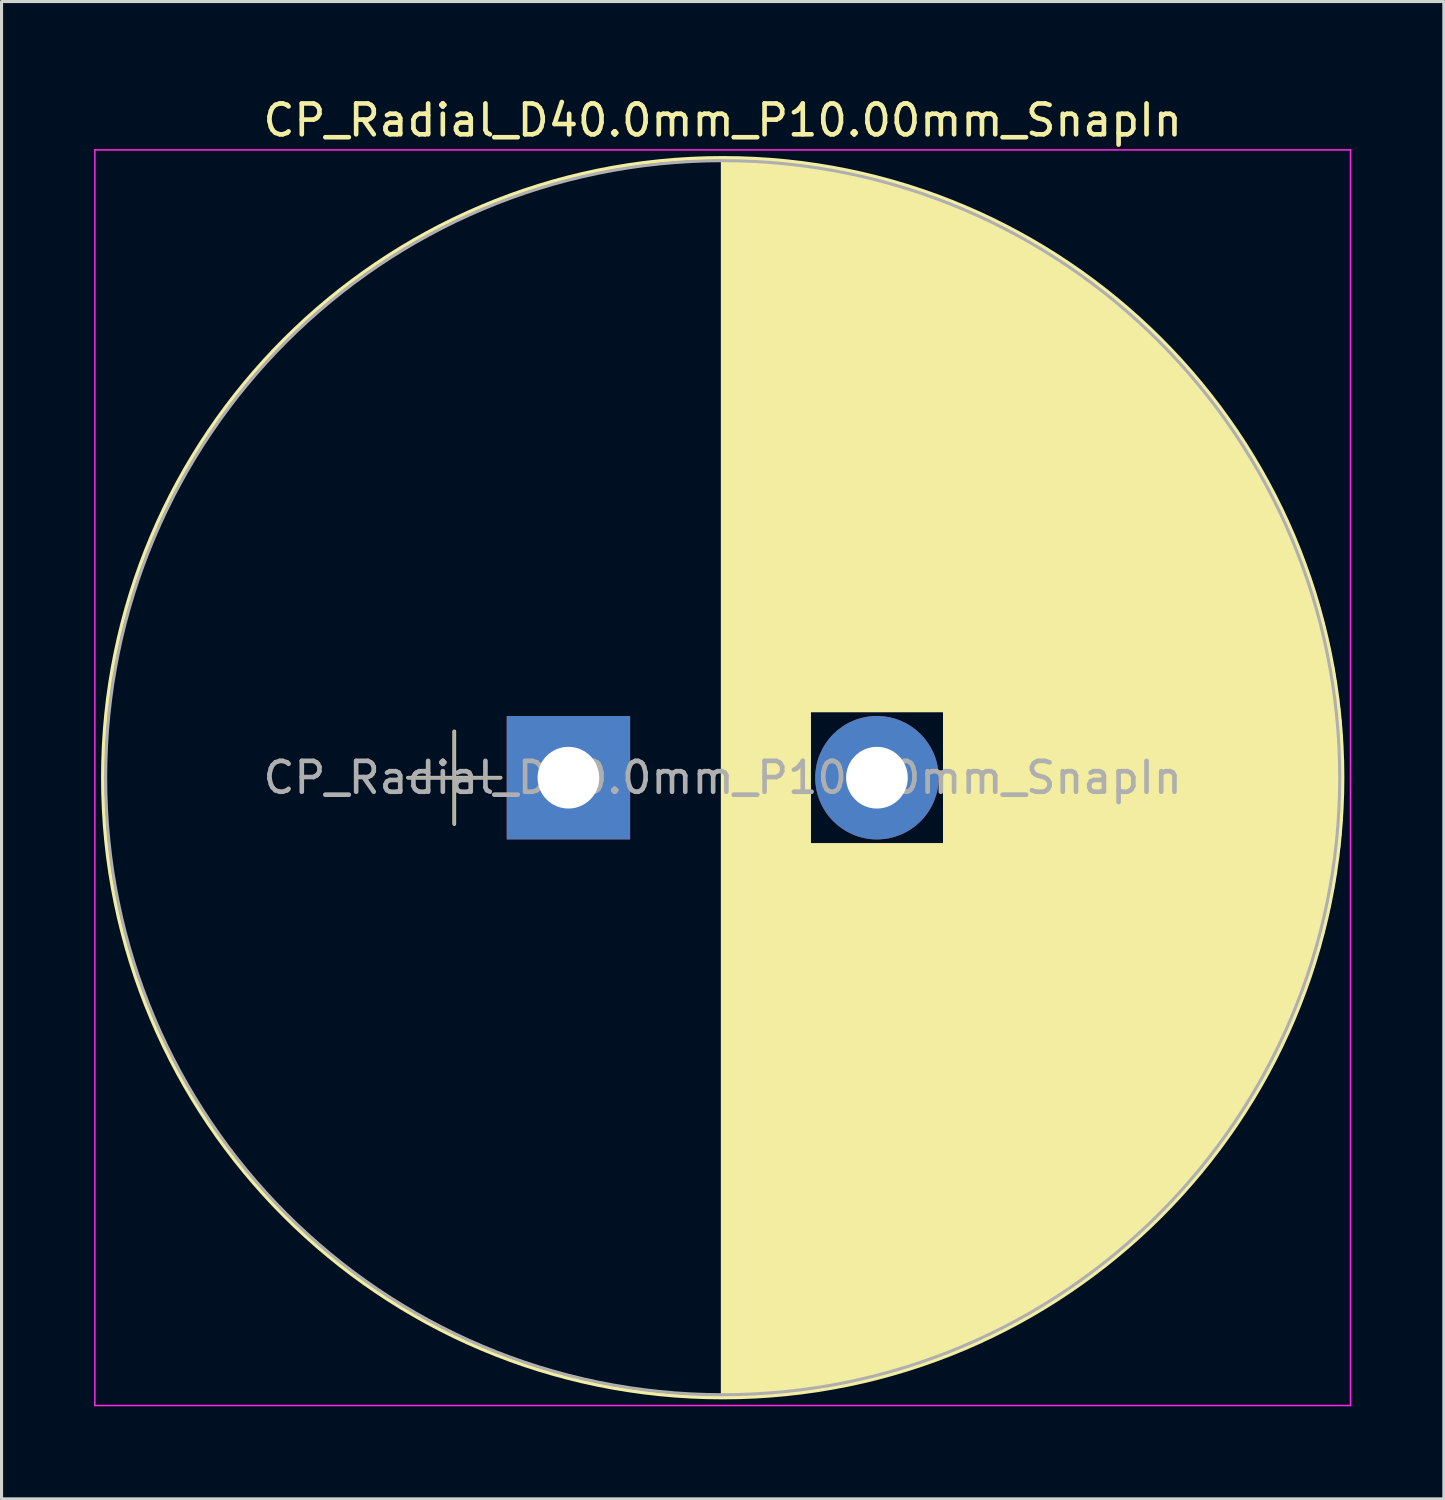
<source format=kicad_pcb>
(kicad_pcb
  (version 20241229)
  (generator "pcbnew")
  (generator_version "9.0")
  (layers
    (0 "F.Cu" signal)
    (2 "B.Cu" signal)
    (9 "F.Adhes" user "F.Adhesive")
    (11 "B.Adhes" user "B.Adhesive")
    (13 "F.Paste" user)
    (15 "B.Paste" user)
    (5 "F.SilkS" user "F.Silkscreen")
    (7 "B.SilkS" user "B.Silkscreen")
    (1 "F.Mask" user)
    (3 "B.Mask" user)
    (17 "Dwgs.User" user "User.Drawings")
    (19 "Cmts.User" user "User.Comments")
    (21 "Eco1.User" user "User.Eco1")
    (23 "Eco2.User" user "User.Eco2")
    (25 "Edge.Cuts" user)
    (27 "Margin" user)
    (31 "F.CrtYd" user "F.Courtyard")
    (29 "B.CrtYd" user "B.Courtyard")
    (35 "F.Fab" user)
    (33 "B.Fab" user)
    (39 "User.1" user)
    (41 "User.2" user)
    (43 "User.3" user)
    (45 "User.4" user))
  (footprint "CP_Radial_D40.0mm_P10.00mm_SnapIn"
    (layer "F.Cu")
    (at 15.375 22.158)
    (property "Reference" "CP_Radial_D40.0mm_P10.00mm_SnapIn" (at 5 -21.31 0) (layer "F.SilkS") (effects (font (size 1 1) (thickness 0.15))))
    (attr through_hole)
    (fp_line (start -5.2 0) (end -2.2 0) (stroke (width 0.12) (type solid)) (layer "F.SilkS"))
    (fp_line (start -3.7 -1.5) (end -3.7 1.5) (stroke (width 0.12) (type solid)) (layer "F.SilkS"))
    (fp_line (start 5 -20.05) (end 5 20.05) (stroke (width 0.12) (type solid)) (layer "F.SilkS"))
    (fp_line (start 5.04 -20.05) (end 5.04 20.05) (stroke (width 0.12) (type solid)) (layer "F.SilkS"))
    (fp_line (start 5.08 -20.05) (end 5.08 20.05) (stroke (width 0.12) (type solid)) (layer "F.SilkS"))
    (fp_line (start 5.12 -20.05) (end 5.12 20.05) (stroke (width 0.12) (type solid)) (layer "F.SilkS"))
    (fp_line (start 5.16 -20.05) (end 5.16 20.05) (stroke (width 0.12) (type solid)) (layer "F.SilkS"))
    (fp_line (start 5.2 -20.05) (end 5.2 20.05) (stroke (width 0.12) (type solid)) (layer "F.SilkS"))
    (fp_line (start 5.24 -20.049) (end 5.24 20.049) (stroke (width 0.12) (type solid)) (layer "F.SilkS"))
    (fp_line (start 5.28 -20.049) (end 5.28 20.049) (stroke (width 0.12) (type solid)) (layer "F.SilkS"))
    (fp_line (start 5.32 -20.048) (end 5.32 20.048) (stroke (width 0.12) (type solid)) (layer "F.SilkS"))
    (fp_line (start 5.36 -20.047) (end 5.36 20.047) (stroke (width 0.12) (type solid)) (layer "F.SilkS"))
    (fp_line (start 5.4 -20.047) (end 5.4 20.047) (stroke (width 0.12) (type solid)) (layer "F.SilkS"))
    (fp_line (start 5.44 -20.046) (end 5.44 20.046) (stroke (width 0.12) (type solid)) (layer "F.SilkS"))
    (fp_line (start 5.48 -20.045) (end 5.48 20.045) (stroke (width 0.12) (type solid)) (layer "F.SilkS"))
    (fp_line (start 5.52 -20.044) (end 5.52 20.044) (stroke (width 0.12) (type solid)) (layer "F.SilkS"))
    (fp_line (start 5.56 -20.043) (end 5.56 20.043) (stroke (width 0.12) (type solid)) (layer "F.SilkS"))
    (fp_line (start 5.6 -20.042) (end 5.6 20.042) (stroke (width 0.12) (type solid)) (layer "F.SilkS"))
    (fp_line (start 5.64 -20.04) (end 5.64 20.04) (stroke (width 0.12) (type solid)) (layer "F.SilkS"))
    (fp_line (start 5.68 -20.039) (end 5.68 20.039) (stroke (width 0.12) (type solid)) (layer "F.SilkS"))
    (fp_line (start 5.721 -20.038) (end 5.721 20.038) (stroke (width 0.12) (type solid)) (layer "F.SilkS"))
    (fp_line (start 5.761 -20.036) (end 5.761 20.036) (stroke (width 0.12) (type solid)) (layer "F.SilkS"))
    (fp_line (start 5.801 -20.035) (end 5.801 20.035) (stroke (width 0.12) (type solid)) (layer "F.SilkS"))
    (fp_line (start 5.841 -20.033) (end 5.841 20.033) (stroke (width 0.12) (type solid)) (layer "F.SilkS"))
    (fp_line (start 5.881 -20.031) (end 5.881 20.031) (stroke (width 0.12) (type solid)) (layer "F.SilkS"))
    (fp_line (start 5.921 -20.029) (end 5.921 20.029) (stroke (width 0.12) (type solid)) (layer "F.SilkS"))
    (fp_line (start 5.961 -20.028) (end 5.961 20.028) (stroke (width 0.12) (type solid)) (layer "F.SilkS"))
    (fp_line (start 6.001 -20.026) (end 6.001 20.026) (stroke (width 0.12) (type solid)) (layer "F.SilkS"))
    (fp_line (start 6.041 -20.024) (end 6.041 20.024) (stroke (width 0.12) (type solid)) (layer "F.SilkS"))
    (fp_line (start 6.081 -20.021) (end 6.081 20.021) (stroke (width 0.12) (type solid)) (layer "F.SilkS"))
    (fp_line (start 6.121 -20.019) (end 6.121 20.019) (stroke (width 0.12) (type solid)) (layer "F.SilkS"))
    (fp_line (start 6.161 -20.017) (end 6.161 20.017) (stroke (width 0.12) (type solid)) (layer "F.SilkS"))
    (fp_line (start 6.201 -20.015) (end 6.201 20.015) (stroke (width 0.12) (type solid)) (layer "F.SilkS"))
    (fp_line (start 6.241 -20.012) (end 6.241 20.012) (stroke (width 0.12) (type solid)) (layer "F.SilkS"))
    (fp_line (start 6.281 -20.01) (end 6.281 20.01) (stroke (width 0.12) (type solid)) (layer "F.SilkS"))
    (fp_line (start 6.321 -20.007) (end 6.321 20.007) (stroke (width 0.12) (type solid)) (layer "F.SilkS"))
    (fp_line (start 6.361 -20.004) (end 6.361 20.004) (stroke (width 0.12) (type solid)) (layer "F.SilkS"))
    (fp_line (start 6.401 -20.002) (end 6.401 20.002) (stroke (width 0.12) (type solid)) (layer "F.SilkS"))
    (fp_line (start 6.441 -19.999) (end 6.441 19.999) (stroke (width 0.12) (type solid)) (layer "F.SilkS"))
    (fp_line (start 6.481 -19.996) (end 6.481 19.996) (stroke (width 0.12) (type solid)) (layer "F.SilkS"))
    (fp_line (start 6.521 -19.993) (end 6.521 19.993) (stroke (width 0.12) (type solid)) (layer "F.SilkS"))
    (fp_line (start 6.561 -19.99) (end 6.561 19.99) (stroke (width 0.12) (type solid)) (layer "F.SilkS"))
    (fp_line (start 6.601 -19.987) (end 6.601 19.987) (stroke (width 0.12) (type solid)) (layer "F.SilkS"))
    (fp_line (start 6.641 -19.983) (end 6.641 19.983) (stroke (width 0.12) (type solid)) (layer "F.SilkS"))
    (fp_line (start 6.681 -19.98) (end 6.681 19.98) (stroke (width 0.12) (type solid)) (layer "F.SilkS"))
    (fp_line (start 6.721 -19.977) (end 6.721 19.977) (stroke (width 0.12) (type solid)) (layer "F.SilkS"))
    (fp_line (start 6.761 -19.973) (end 6.761 19.973) (stroke (width 0.12) (type solid)) (layer "F.SilkS"))
    (fp_line (start 6.801 -19.97) (end 6.801 19.97) (stroke (width 0.12) (type solid)) (layer "F.SilkS"))
    (fp_line (start 6.841 -19.966) (end 6.841 19.966) (stroke (width 0.12) (type solid)) (layer "F.SilkS"))
    (fp_line (start 6.881 -19.962) (end 6.881 19.962) (stroke (width 0.12) (type solid)) (layer "F.SilkS"))
    (fp_line (start 6.921 -19.959) (end 6.921 19.959) (stroke (width 0.12) (type solid)) (layer "F.SilkS"))
    (fp_line (start 6.961 -19.955) (end 6.961 19.955) (stroke (width 0.12) (type solid)) (layer "F.SilkS"))
    (fp_line (start 7.001 -19.951) (end 7.001 19.951) (stroke (width 0.12) (type solid)) (layer "F.SilkS"))
    (fp_line (start 7.041 -19.947) (end 7.041 19.947) (stroke (width 0.12) (type solid)) (layer "F.SilkS"))
    (fp_line (start 7.081 -19.943) (end 7.081 19.943) (stroke (width 0.12) (type solid)) (layer "F.SilkS"))
    (fp_line (start 7.121 -19.938) (end 7.121 19.938) (stroke (width 0.12) (type solid)) (layer "F.SilkS"))
    (fp_line (start 7.161 -19.934) (end 7.161 19.934) (stroke (width 0.12) (type solid)) (layer "F.SilkS"))
    (fp_line (start 7.201 -19.93) (end 7.201 19.93) (stroke (width 0.12) (type solid)) (layer "F.SilkS"))
    (fp_line (start 7.241 -19.925) (end 7.241 19.925) (stroke (width 0.12) (type solid)) (layer "F.SilkS"))
    (fp_line (start 7.281 -19.921) (end 7.281 19.921) (stroke (width 0.12) (type solid)) (layer "F.SilkS"))
    (fp_line (start 7.321 -19.916) (end 7.321 19.916) (stroke (width 0.12) (type solid)) (layer "F.SilkS"))
    (fp_line (start 7.361 -19.911) (end 7.361 19.911) (stroke (width 0.12) (type solid)) (layer "F.SilkS"))
    (fp_line (start 7.401 -19.907) (end 7.401 19.907) (stroke (width 0.12) (type solid)) (layer "F.SilkS"))
    (fp_line (start 7.441 -19.902) (end 7.441 19.902) (stroke (width 0.12) (type solid)) (layer "F.SilkS"))
    (fp_line (start 7.481 -19.897) (end 7.481 19.897) (stroke (width 0.12) (type solid)) (layer "F.SilkS"))
    (fp_line (start 7.521 -19.892) (end 7.521 19.892) (stroke (width 0.12) (type solid)) (layer "F.SilkS"))
    (fp_line (start 7.561 -19.887) (end 7.561 19.887) (stroke (width 0.12) (type solid)) (layer "F.SilkS"))
    (fp_line (start 7.601 -19.882) (end 7.601 19.882) (stroke (width 0.12) (type solid)) (layer "F.SilkS"))
    (fp_line (start 7.641 -19.876) (end 7.641 19.876) (stroke (width 0.12) (type solid)) (layer "F.SilkS"))
    (fp_line (start 7.681 -19.871) (end 7.681 19.871) (stroke (width 0.12) (type solid)) (layer "F.SilkS"))
    (fp_line (start 7.721 -19.866) (end 7.721 19.866) (stroke (width 0.12) (type solid)) (layer "F.SilkS"))
    (fp_line (start 7.761 -19.86) (end 7.761 19.86) (stroke (width 0.12) (type solid)) (layer "F.SilkS"))
    (fp_line (start 7.801 -19.854) (end 7.801 19.854) (stroke (width 0.12) (type solid)) (layer "F.SilkS"))
    (fp_line (start 7.841 -19.849) (end 7.841 -2.18) (stroke (width 0.12) (type solid)) (layer "F.SilkS"))
    (fp_line (start 7.841 2.18) (end 7.841 19.849) (stroke (width 0.12) (type solid)) (layer "F.SilkS"))
    (fp_line (start 7.881 -19.843) (end 7.881 -2.18) (stroke (width 0.12) (type solid)) (layer "F.SilkS"))
    (fp_line (start 7.881 2.18) (end 7.881 19.843) (stroke (width 0.12) (type solid)) (layer "F.SilkS"))
    (fp_line (start 7.921 -19.837) (end 7.921 -2.18) (stroke (width 0.12) (type solid)) (layer "F.SilkS"))
    (fp_line (start 7.921 2.18) (end 7.921 19.837) (stroke (width 0.12) (type solid)) (layer "F.SilkS"))
    (fp_line (start 7.961 -19.831) (end 7.961 -2.18) (stroke (width 0.12) (type solid)) (layer "F.SilkS"))
    (fp_line (start 7.961 2.18) (end 7.961 19.831) (stroke (width 0.12) (type solid)) (layer "F.SilkS"))
    (fp_line (start 8.001 -19.825) (end 8.001 -2.18) (stroke (width 0.12) (type solid)) (layer "F.SilkS"))
    (fp_line (start 8.001 2.18) (end 8.001 19.825) (stroke (width 0.12) (type solid)) (layer "F.SilkS"))
    (fp_line (start 8.041 -19.819) (end 8.041 -2.18) (stroke (width 0.12) (type solid)) (layer "F.SilkS"))
    (fp_line (start 8.041 2.18) (end 8.041 19.819) (stroke (width 0.12) (type solid)) (layer "F.SilkS"))
    (fp_line (start 8.081 -19.813) (end 8.081 -2.18) (stroke (width 0.12) (type solid)) (layer "F.SilkS"))
    (fp_line (start 8.081 2.18) (end 8.081 19.813) (stroke (width 0.12) (type solid)) (layer "F.SilkS"))
    (fp_line (start 8.121 -19.807) (end 8.121 -2.18) (stroke (width 0.12) (type solid)) (layer "F.SilkS"))
    (fp_line (start 8.121 2.18) (end 8.121 19.807) (stroke (width 0.12) (type solid)) (layer "F.SilkS"))
    (fp_line (start 8.161 -19.8) (end 8.161 -2.18) (stroke (width 0.12) (type solid)) (layer "F.SilkS"))
    (fp_line (start 8.161 2.18) (end 8.161 19.8) (stroke (width 0.12) (type solid)) (layer "F.SilkS"))
    (fp_line (start 8.201 -19.794) (end 8.201 -2.18) (stroke (width 0.12) (type solid)) (layer "F.SilkS"))
    (fp_line (start 8.201 2.18) (end 8.201 19.794) (stroke (width 0.12) (type solid)) (layer "F.SilkS"))
    (fp_line (start 8.241 -19.788) (end 8.241 -2.18) (stroke (width 0.12) (type solid)) (layer "F.SilkS"))
    (fp_line (start 8.241 2.18) (end 8.241 19.788) (stroke (width 0.12) (type solid)) (layer "F.SilkS"))
    (fp_line (start 8.281 -19.781) (end 8.281 -2.18) (stroke (width 0.12) (type solid)) (layer "F.SilkS"))
    (fp_line (start 8.281 2.18) (end 8.281 19.781) (stroke (width 0.12) (type solid)) (layer "F.SilkS"))
    (fp_line (start 8.321 -19.774) (end 8.321 -2.18) (stroke (width 0.12) (type solid)) (layer "F.SilkS"))
    (fp_line (start 8.321 2.18) (end 8.321 19.774) (stroke (width 0.12) (type solid)) (layer "F.SilkS"))
    (fp_line (start 8.361 -19.768) (end 8.361 -2.18) (stroke (width 0.12) (type solid)) (layer "F.SilkS"))
    (fp_line (start 8.361 2.18) (end 8.361 19.768) (stroke (width 0.12) (type solid)) (layer "F.SilkS"))
    (fp_line (start 8.401 -19.761) (end 8.401 -2.18) (stroke (width 0.12) (type solid)) (layer "F.SilkS"))
    (fp_line (start 8.401 2.18) (end 8.401 19.761) (stroke (width 0.12) (type solid)) (layer "F.SilkS"))
    (fp_line (start 8.441 -19.754) (end 8.441 -2.18) (stroke (width 0.12) (type solid)) (layer "F.SilkS"))
    (fp_line (start 8.441 2.18) (end 8.441 19.754) (stroke (width 0.12) (type solid)) (layer "F.SilkS"))
    (fp_line (start 8.481 -19.747) (end 8.481 -2.18) (stroke (width 0.12) (type solid)) (layer "F.SilkS"))
    (fp_line (start 8.481 2.18) (end 8.481 19.747) (stroke (width 0.12) (type solid)) (layer "F.SilkS"))
    (fp_line (start 8.521 -19.74) (end 8.521 -2.18) (stroke (width 0.12) (type solid)) (layer "F.SilkS"))
    (fp_line (start 8.521 2.18) (end 8.521 19.74) (stroke (width 0.12) (type solid)) (layer "F.SilkS"))
    (fp_line (start 8.561 -19.733) (end 8.561 -2.18) (stroke (width 0.12) (type solid)) (layer "F.SilkS"))
    (fp_line (start 8.561 2.18) (end 8.561 19.733) (stroke (width 0.12) (type solid)) (layer "F.SilkS"))
    (fp_line (start 8.601 -19.725) (end 8.601 -2.18) (stroke (width 0.12) (type solid)) (layer "F.SilkS"))
    (fp_line (start 8.601 2.18) (end 8.601 19.725) (stroke (width 0.12) (type solid)) (layer "F.SilkS"))
    (fp_line (start 8.641 -19.718) (end 8.641 -2.18) (stroke (width 0.12) (type solid)) (layer "F.SilkS"))
    (fp_line (start 8.641 2.18) (end 8.641 19.718) (stroke (width 0.12) (type solid)) (layer "F.SilkS"))
    (fp_line (start 8.681 -19.711) (end 8.681 -2.18) (stroke (width 0.12) (type solid)) (layer "F.SilkS"))
    (fp_line (start 8.681 2.18) (end 8.681 19.711) (stroke (width 0.12) (type solid)) (layer "F.SilkS"))
    (fp_line (start 8.721 -19.703) (end 8.721 -2.18) (stroke (width 0.12) (type solid)) (layer "F.SilkS"))
    (fp_line (start 8.721 2.18) (end 8.721 19.703) (stroke (width 0.12) (type solid)) (layer "F.SilkS"))
    (fp_line (start 8.761 -19.696) (end 8.761 -2.18) (stroke (width 0.12) (type solid)) (layer "F.SilkS"))
    (fp_line (start 8.761 2.18) (end 8.761 19.696) (stroke (width 0.12) (type solid)) (layer "F.SilkS"))
    (fp_line (start 8.801 -19.688) (end 8.801 -2.18) (stroke (width 0.12) (type solid)) (layer "F.SilkS"))
    (fp_line (start 8.801 2.18) (end 8.801 19.688) (stroke (width 0.12) (type solid)) (layer "F.SilkS"))
    (fp_line (start 8.841 -19.68) (end 8.841 -2.18) (stroke (width 0.12) (type solid)) (layer "F.SilkS"))
    (fp_line (start 8.841 2.18) (end 8.841 19.68) (stroke (width 0.12) (type solid)) (layer "F.SilkS"))
    (fp_line (start 8.881 -19.672) (end 8.881 -2.18) (stroke (width 0.12) (type solid)) (layer "F.SilkS"))
    (fp_line (start 8.881 2.18) (end 8.881 19.672) (stroke (width 0.12) (type solid)) (layer "F.SilkS"))
    (fp_line (start 8.921 -19.664) (end 8.921 -2.18) (stroke (width 0.12) (type solid)) (layer "F.SilkS"))
    (fp_line (start 8.921 2.18) (end 8.921 19.664) (stroke (width 0.12) (type solid)) (layer "F.SilkS"))
    (fp_line (start 8.961 -19.656) (end 8.961 -2.18) (stroke (width 0.12) (type solid)) (layer "F.SilkS"))
    (fp_line (start 8.961 2.18) (end 8.961 19.656) (stroke (width 0.12) (type solid)) (layer "F.SilkS"))
    (fp_line (start 9.001 -19.648) (end 9.001 -2.18) (stroke (width 0.12) (type solid)) (layer "F.SilkS"))
    (fp_line (start 9.001 2.18) (end 9.001 19.648) (stroke (width 0.12) (type solid)) (layer "F.SilkS"))
    (fp_line (start 9.041 -19.64) (end 9.041 -2.18) (stroke (width 0.12) (type solid)) (layer "F.SilkS"))
    (fp_line (start 9.041 2.18) (end 9.041 19.64) (stroke (width 0.12) (type solid)) (layer "F.SilkS"))
    (fp_line (start 9.081 -19.632) (end 9.081 -2.18) (stroke (width 0.12) (type solid)) (layer "F.SilkS"))
    (fp_line (start 9.081 2.18) (end 9.081 19.632) (stroke (width 0.12) (type solid)) (layer "F.SilkS"))
    (fp_line (start 9.121 -19.624) (end 9.121 -2.18) (stroke (width 0.12) (type solid)) (layer "F.SilkS"))
    (fp_line (start 9.121 2.18) (end 9.121 19.624) (stroke (width 0.12) (type solid)) (layer "F.SilkS"))
    (fp_line (start 9.161 -19.615) (end 9.161 -2.18) (stroke (width 0.12) (type solid)) (layer "F.SilkS"))
    (fp_line (start 9.161 2.18) (end 9.161 19.615) (stroke (width 0.12) (type solid)) (layer "F.SilkS"))
    (fp_line (start 9.201 -19.607) (end 9.201 -2.18) (stroke (width 0.12) (type solid)) (layer "F.SilkS"))
    (fp_line (start 9.201 2.18) (end 9.201 19.607) (stroke (width 0.12) (type solid)) (layer "F.SilkS"))
    (fp_line (start 9.241 -19.598) (end 9.241 -2.18) (stroke (width 0.12) (type solid)) (layer "F.SilkS"))
    (fp_line (start 9.241 2.18) (end 9.241 19.598) (stroke (width 0.12) (type solid)) (layer "F.SilkS"))
    (fp_line (start 9.281 -19.589) (end 9.281 -2.18) (stroke (width 0.12) (type solid)) (layer "F.SilkS"))
    (fp_line (start 9.281 2.18) (end 9.281 19.589) (stroke (width 0.12) (type solid)) (layer "F.SilkS"))
    (fp_line (start 9.321 -19.581) (end 9.321 -2.18) (stroke (width 0.12) (type solid)) (layer "F.SilkS"))
    (fp_line (start 9.321 2.18) (end 9.321 19.581) (stroke (width 0.12) (type solid)) (layer "F.SilkS"))
    (fp_line (start 9.361 -19.572) (end 9.361 -2.18) (stroke (width 0.12) (type solid)) (layer "F.SilkS"))
    (fp_line (start 9.361 2.18) (end 9.361 19.572) (stroke (width 0.12) (type solid)) (layer "F.SilkS"))
    (fp_line (start 9.401 -19.563) (end 9.401 -2.18) (stroke (width 0.12) (type solid)) (layer "F.SilkS"))
    (fp_line (start 9.401 2.18) (end 9.401 19.563) (stroke (width 0.12) (type solid)) (layer "F.SilkS"))
    (fp_line (start 9.441 -19.554) (end 9.441 -2.18) (stroke (width 0.12) (type solid)) (layer "F.SilkS"))
    (fp_line (start 9.441 2.18) (end 9.441 19.554) (stroke (width 0.12) (type solid)) (layer "F.SilkS"))
    (fp_line (start 9.481 -19.545) (end 9.481 -2.18) (stroke (width 0.12) (type solid)) (layer "F.SilkS"))
    (fp_line (start 9.481 2.18) (end 9.481 19.545) (stroke (width 0.12) (type solid)) (layer "F.SilkS"))
    (fp_line (start 9.521 -19.535) (end 9.521 -2.18) (stroke (width 0.12) (type solid)) (layer "F.SilkS"))
    (fp_line (start 9.521 2.18) (end 9.521 19.535) (stroke (width 0.12) (type solid)) (layer "F.SilkS"))
    (fp_line (start 9.561 -19.526) (end 9.561 -2.18) (stroke (width 0.12) (type solid)) (layer "F.SilkS"))
    (fp_line (start 9.561 2.18) (end 9.561 19.526) (stroke (width 0.12) (type solid)) (layer "F.SilkS"))
    (fp_line (start 9.601 -19.517) (end 9.601 -2.18) (stroke (width 0.12) (type solid)) (layer "F.SilkS"))
    (fp_line (start 9.601 2.18) (end 9.601 19.517) (stroke (width 0.12) (type solid)) (layer "F.SilkS"))
    (fp_line (start 9.641 -19.507) (end 9.641 -2.18) (stroke (width 0.12) (type solid)) (layer "F.SilkS"))
    (fp_line (start 9.641 2.18) (end 9.641 19.507) (stroke (width 0.12) (type solid)) (layer "F.SilkS"))
    (fp_line (start 9.681 -19.498) (end 9.681 -2.18) (stroke (width 0.12) (type solid)) (layer "F.SilkS"))
    (fp_line (start 9.681 2.18) (end 9.681 19.498) (stroke (width 0.12) (type solid)) (layer "F.SilkS"))
    (fp_line (start 9.721 -19.488) (end 9.721 -2.18) (stroke (width 0.12) (type solid)) (layer "F.SilkS"))
    (fp_line (start 9.721 2.18) (end 9.721 19.488) (stroke (width 0.12) (type solid)) (layer "F.SilkS"))
    (fp_line (start 9.761 -19.478) (end 9.761 -2.18) (stroke (width 0.12) (type solid)) (layer "F.SilkS"))
    (fp_line (start 9.761 2.18) (end 9.761 19.478) (stroke (width 0.12) (type solid)) (layer "F.SilkS"))
    (fp_line (start 9.801 -19.469) (end 9.801 -2.18) (stroke (width 0.12) (type solid)) (layer "F.SilkS"))
    (fp_line (start 9.801 2.18) (end 9.801 19.469) (stroke (width 0.12) (type solid)) (layer "F.SilkS"))
    (fp_line (start 9.841 -19.459) (end 9.841 -2.18) (stroke (width 0.12) (type solid)) (layer "F.SilkS"))
    (fp_line (start 9.841 2.18) (end 9.841 19.459) (stroke (width 0.12) (type solid)) (layer "F.SilkS"))
    (fp_line (start 9.881 -19.449) (end 9.881 -2.18) (stroke (width 0.12) (type solid)) (layer "F.SilkS"))
    (fp_line (start 9.881 2.18) (end 9.881 19.449) (stroke (width 0.12) (type solid)) (layer "F.SilkS"))
    (fp_line (start 9.921 -19.439) (end 9.921 -2.18) (stroke (width 0.12) (type solid)) (layer "F.SilkS"))
    (fp_line (start 9.921 2.18) (end 9.921 19.439) (stroke (width 0.12) (type solid)) (layer "F.SilkS"))
    (fp_line (start 9.961 -19.429) (end 9.961 -2.18) (stroke (width 0.12) (type solid)) (layer "F.SilkS"))
    (fp_line (start 9.961 2.18) (end 9.961 19.429) (stroke (width 0.12) (type solid)) (layer "F.SilkS"))
    (fp_line (start 10.001 -19.418) (end 10.001 -2.18) (stroke (width 0.12) (type solid)) (layer "F.SilkS"))
    (fp_line (start 10.001 2.18) (end 10.001 19.418) (stroke (width 0.12) (type solid)) (layer "F.SilkS"))
    (fp_line (start 10.041 -19.408) (end 10.041 -2.18) (stroke (width 0.12) (type solid)) (layer "F.SilkS"))
    (fp_line (start 10.041 2.18) (end 10.041 19.408) (stroke (width 0.12) (type solid)) (layer "F.SilkS"))
    (fp_line (start 10.081 -19.398) (end 10.081 -2.18) (stroke (width 0.12) (type solid)) (layer "F.SilkS"))
    (fp_line (start 10.081 2.18) (end 10.081 19.398) (stroke (width 0.12) (type solid)) (layer "F.SilkS"))
    (fp_line (start 10.121 -19.387) (end 10.121 -2.18) (stroke (width 0.12) (type solid)) (layer "F.SilkS"))
    (fp_line (start 10.121 2.18) (end 10.121 19.387) (stroke (width 0.12) (type solid)) (layer "F.SilkS"))
    (fp_line (start 10.161 -19.377) (end 10.161 -2.18) (stroke (width 0.12) (type solid)) (layer "F.SilkS"))
    (fp_line (start 10.161 2.18) (end 10.161 19.377) (stroke (width 0.12) (type solid)) (layer "F.SilkS"))
    (fp_line (start 10.201 -19.366) (end 10.201 -2.18) (stroke (width 0.12) (type solid)) (layer "F.SilkS"))
    (fp_line (start 10.201 2.18) (end 10.201 19.366) (stroke (width 0.12) (type solid)) (layer "F.SilkS"))
    (fp_line (start 10.241 -19.355) (end 10.241 -2.18) (stroke (width 0.12) (type solid)) (layer "F.SilkS"))
    (fp_line (start 10.241 2.18) (end 10.241 19.355) (stroke (width 0.12) (type solid)) (layer "F.SilkS"))
    (fp_line (start 10.281 -19.344) (end 10.281 -2.18) (stroke (width 0.12) (type solid)) (layer "F.SilkS"))
    (fp_line (start 10.281 2.18) (end 10.281 19.344) (stroke (width 0.12) (type solid)) (layer "F.SilkS"))
    (fp_line (start 10.321 -19.333) (end 10.321 -2.18) (stroke (width 0.12) (type solid)) (layer "F.SilkS"))
    (fp_line (start 10.321 2.18) (end 10.321 19.333) (stroke (width 0.12) (type solid)) (layer "F.SilkS"))
    (fp_line (start 10.361 -19.322) (end 10.361 -2.18) (stroke (width 0.12) (type solid)) (layer "F.SilkS"))
    (fp_line (start 10.361 2.18) (end 10.361 19.322) (stroke (width 0.12) (type solid)) (layer "F.SilkS"))
    (fp_line (start 10.401 -19.311) (end 10.401 -2.18) (stroke (width 0.12) (type solid)) (layer "F.SilkS"))
    (fp_line (start 10.401 2.18) (end 10.401 19.311) (stroke (width 0.12) (type solid)) (layer "F.SilkS"))
    (fp_line (start 10.441 -19.3) (end 10.441 -2.18) (stroke (width 0.12) (type solid)) (layer "F.SilkS"))
    (fp_line (start 10.441 2.18) (end 10.441 19.3) (stroke (width 0.12) (type solid)) (layer "F.SilkS"))
    (fp_line (start 10.481 -19.289) (end 10.481 -2.18) (stroke (width 0.12) (type solid)) (layer "F.SilkS"))
    (fp_line (start 10.481 2.18) (end 10.481 19.289) (stroke (width 0.12) (type solid)) (layer "F.SilkS"))
    (fp_line (start 10.521 -19.277) (end 10.521 -2.18) (stroke (width 0.12) (type solid)) (layer "F.SilkS"))
    (fp_line (start 10.521 2.18) (end 10.521 19.277) (stroke (width 0.12) (type solid)) (layer "F.SilkS"))
    (fp_line (start 10.561 -19.266) (end 10.561 -2.18) (stroke (width 0.12) (type solid)) (layer "F.SilkS"))
    (fp_line (start 10.561 2.18) (end 10.561 19.266) (stroke (width 0.12) (type solid)) (layer "F.SilkS"))
    (fp_line (start 10.601 -19.254) (end 10.601 -2.18) (stroke (width 0.12) (type solid)) (layer "F.SilkS"))
    (fp_line (start 10.601 2.18) (end 10.601 19.254) (stroke (width 0.12) (type solid)) (layer "F.SilkS"))
    (fp_line (start 10.641 -19.243) (end 10.641 -2.18) (stroke (width 0.12) (type solid)) (layer "F.SilkS"))
    (fp_line (start 10.641 2.18) (end 10.641 19.243) (stroke (width 0.12) (type solid)) (layer "F.SilkS"))
    (fp_line (start 10.681 -19.231) (end 10.681 -2.18) (stroke (width 0.12) (type solid)) (layer "F.SilkS"))
    (fp_line (start 10.681 2.18) (end 10.681 19.231) (stroke (width 0.12) (type solid)) (layer "F.SilkS"))
    (fp_line (start 10.721 -19.219) (end 10.721 -2.18) (stroke (width 0.12) (type solid)) (layer "F.SilkS"))
    (fp_line (start 10.721 2.18) (end 10.721 19.219) (stroke (width 0.12) (type solid)) (layer "F.SilkS"))
    (fp_line (start 10.761 -19.207) (end 10.761 -2.18) (stroke (width 0.12) (type solid)) (layer "F.SilkS"))
    (fp_line (start 10.761 2.18) (end 10.761 19.207) (stroke (width 0.12) (type solid)) (layer "F.SilkS"))
    (fp_line (start 10.801 -19.195) (end 10.801 -2.18) (stroke (width 0.12) (type solid)) (layer "F.SilkS"))
    (fp_line (start 10.801 2.18) (end 10.801 19.195) (stroke (width 0.12) (type solid)) (layer "F.SilkS"))
    (fp_line (start 10.841 -19.183) (end 10.841 -2.18) (stroke (width 0.12) (type solid)) (layer "F.SilkS"))
    (fp_line (start 10.841 2.18) (end 10.841 19.183) (stroke (width 0.12) (type solid)) (layer "F.SilkS"))
    (fp_line (start 10.881 -19.171) (end 10.881 -2.18) (stroke (width 0.12) (type solid)) (layer "F.SilkS"))
    (fp_line (start 10.881 2.18) (end 10.881 19.171) (stroke (width 0.12) (type solid)) (layer "F.SilkS"))
    (fp_line (start 10.921 -19.158) (end 10.921 -2.18) (stroke (width 0.12) (type solid)) (layer "F.SilkS"))
    (fp_line (start 10.921 2.18) (end 10.921 19.158) (stroke (width 0.12) (type solid)) (layer "F.SilkS"))
    (fp_line (start 10.961 -19.146) (end 10.961 -2.18) (stroke (width 0.12) (type solid)) (layer "F.SilkS"))
    (fp_line (start 10.961 2.18) (end 10.961 19.146) (stroke (width 0.12) (type solid)) (layer "F.SilkS"))
    (fp_line (start 11.001 -19.134) (end 11.001 -2.18) (stroke (width 0.12) (type solid)) (layer "F.SilkS"))
    (fp_line (start 11.001 2.18) (end 11.001 19.134) (stroke (width 0.12) (type solid)) (layer "F.SilkS"))
    (fp_line (start 11.041 -19.121) (end 11.041 -2.18) (stroke (width 0.12) (type solid)) (layer "F.SilkS"))
    (fp_line (start 11.041 2.18) (end 11.041 19.121) (stroke (width 0.12) (type solid)) (layer "F.SilkS"))
    (fp_line (start 11.081 -19.108) (end 11.081 -2.18) (stroke (width 0.12) (type solid)) (layer "F.SilkS"))
    (fp_line (start 11.081 2.18) (end 11.081 19.108) (stroke (width 0.12) (type solid)) (layer "F.SilkS"))
    (fp_line (start 11.121 -19.096) (end 11.121 -2.18) (stroke (width 0.12) (type solid)) (layer "F.SilkS"))
    (fp_line (start 11.121 2.18) (end 11.121 19.096) (stroke (width 0.12) (type solid)) (layer "F.SilkS"))
    (fp_line (start 11.161 -19.083) (end 11.161 -2.18) (stroke (width 0.12) (type solid)) (layer "F.SilkS"))
    (fp_line (start 11.161 2.18) (end 11.161 19.083) (stroke (width 0.12) (type solid)) (layer "F.SilkS"))
    (fp_line (start 11.201 -19.07) (end 11.201 -2.18) (stroke (width 0.12) (type solid)) (layer "F.SilkS"))
    (fp_line (start 11.201 2.18) (end 11.201 19.07) (stroke (width 0.12) (type solid)) (layer "F.SilkS"))
    (fp_line (start 11.241 -19.057) (end 11.241 -2.18) (stroke (width 0.12) (type solid)) (layer "F.SilkS"))
    (fp_line (start 11.241 2.18) (end 11.241 19.057) (stroke (width 0.12) (type solid)) (layer "F.SilkS"))
    (fp_line (start 11.281 -19.044) (end 11.281 -2.18) (stroke (width 0.12) (type solid)) (layer "F.SilkS"))
    (fp_line (start 11.281 2.18) (end 11.281 19.044) (stroke (width 0.12) (type solid)) (layer "F.SilkS"))
    (fp_line (start 11.321 -19.031) (end 11.321 -2.18) (stroke (width 0.12) (type solid)) (layer "F.SilkS"))
    (fp_line (start 11.321 2.18) (end 11.321 19.031) (stroke (width 0.12) (type solid)) (layer "F.SilkS"))
    (fp_line (start 11.361 -19.017) (end 11.361 -2.18) (stroke (width 0.12) (type solid)) (layer "F.SilkS"))
    (fp_line (start 11.361 2.18) (end 11.361 19.017) (stroke (width 0.12) (type solid)) (layer "F.SilkS"))
    (fp_line (start 11.401 -19.004) (end 11.401 -2.18) (stroke (width 0.12) (type solid)) (layer "F.SilkS"))
    (fp_line (start 11.401 2.18) (end 11.401 19.004) (stroke (width 0.12) (type solid)) (layer "F.SilkS"))
    (fp_line (start 11.441 -18.99) (end 11.441 -2.18) (stroke (width 0.12) (type solid)) (layer "F.SilkS"))
    (fp_line (start 11.441 2.18) (end 11.441 18.99) (stroke (width 0.12) (type solid)) (layer "F.SilkS"))
    (fp_line (start 11.481 -18.977) (end 11.481 -2.18) (stroke (width 0.12) (type solid)) (layer "F.SilkS"))
    (fp_line (start 11.481 2.18) (end 11.481 18.977) (stroke (width 0.12) (type solid)) (layer "F.SilkS"))
    (fp_line (start 11.521 -18.963) (end 11.521 -2.18) (stroke (width 0.12) (type solid)) (layer "F.SilkS"))
    (fp_line (start 11.521 2.18) (end 11.521 18.963) (stroke (width 0.12) (type solid)) (layer "F.SilkS"))
    (fp_line (start 11.561 -18.949) (end 11.561 -2.18) (stroke (width 0.12) (type solid)) (layer "F.SilkS"))
    (fp_line (start 11.561 2.18) (end 11.561 18.949) (stroke (width 0.12) (type solid)) (layer "F.SilkS"))
    (fp_line (start 11.601 -18.935) (end 11.601 -2.18) (stroke (width 0.12) (type solid)) (layer "F.SilkS"))
    (fp_line (start 11.601 2.18) (end 11.601 18.935) (stroke (width 0.12) (type solid)) (layer "F.SilkS"))
    (fp_line (start 11.641 -18.921) (end 11.641 -2.18) (stroke (width 0.12) (type solid)) (layer "F.SilkS"))
    (fp_line (start 11.641 2.18) (end 11.641 18.921) (stroke (width 0.12) (type solid)) (layer "F.SilkS"))
    (fp_line (start 11.681 -18.907) (end 11.681 -2.18) (stroke (width 0.12) (type solid)) (layer "F.SilkS"))
    (fp_line (start 11.681 2.18) (end 11.681 18.907) (stroke (width 0.12) (type solid)) (layer "F.SilkS"))
    (fp_line (start 11.721 -18.893) (end 11.721 -2.18) (stroke (width 0.12) (type solid)) (layer "F.SilkS"))
    (fp_line (start 11.721 2.18) (end 11.721 18.893) (stroke (width 0.12) (type solid)) (layer "F.SilkS"))
    (fp_line (start 11.761 -18.879) (end 11.761 -2.18) (stroke (width 0.12) (type solid)) (layer "F.SilkS"))
    (fp_line (start 11.761 2.18) (end 11.761 18.879) (stroke (width 0.12) (type solid)) (layer "F.SilkS"))
    (fp_line (start 11.801 -18.865) (end 11.801 -2.18) (stroke (width 0.12) (type solid)) (layer "F.SilkS"))
    (fp_line (start 11.801 2.18) (end 11.801 18.865) (stroke (width 0.12) (type solid)) (layer "F.SilkS"))
    (fp_line (start 11.841 -18.85) (end 11.841 -2.18) (stroke (width 0.12) (type solid)) (layer "F.SilkS"))
    (fp_line (start 11.841 2.18) (end 11.841 18.85) (stroke (width 0.12) (type solid)) (layer "F.SilkS"))
    (fp_line (start 11.881 -18.836) (end 11.881 -2.18) (stroke (width 0.12) (type solid)) (layer "F.SilkS"))
    (fp_line (start 11.881 2.18) (end 11.881 18.836) (stroke (width 0.12) (type solid)) (layer "F.SilkS"))
    (fp_line (start 11.921 -18.821) (end 11.921 -2.18) (stroke (width 0.12) (type solid)) (layer "F.SilkS"))
    (fp_line (start 11.921 2.18) (end 11.921 18.821) (stroke (width 0.12) (type solid)) (layer "F.SilkS"))
    (fp_line (start 11.961 -18.806) (end 11.961 -2.18) (stroke (width 0.12) (type solid)) (layer "F.SilkS"))
    (fp_line (start 11.961 2.18) (end 11.961 18.806) (stroke (width 0.12) (type solid)) (layer "F.SilkS"))
    (fp_line (start 12.001 -18.792) (end 12.001 -2.18) (stroke (width 0.12) (type solid)) (layer "F.SilkS"))
    (fp_line (start 12.001 2.18) (end 12.001 18.792) (stroke (width 0.12) (type solid)) (layer "F.SilkS"))
    (fp_line (start 12.041 -18.777) (end 12.041 -2.18) (stroke (width 0.12) (type solid)) (layer "F.SilkS"))
    (fp_line (start 12.041 2.18) (end 12.041 18.777) (stroke (width 0.12) (type solid)) (layer "F.SilkS"))
    (fp_line (start 12.081 -18.762) (end 12.081 -2.18) (stroke (width 0.12) (type solid)) (layer "F.SilkS"))
    (fp_line (start 12.081 2.18) (end 12.081 18.762) (stroke (width 0.12) (type solid)) (layer "F.SilkS"))
    (fp_line (start 12.121 -18.746) (end 12.121 -2.18) (stroke (width 0.12) (type solid)) (layer "F.SilkS"))
    (fp_line (start 12.121 2.18) (end 12.121 18.746) (stroke (width 0.12) (type solid)) (layer "F.SilkS"))
    (fp_line (start 12.161 -18.731) (end 12.161 -2.18) (stroke (width 0.12) (type solid)) (layer "F.SilkS"))
    (fp_line (start 12.161 2.18) (end 12.161 18.731) (stroke (width 0.12) (type solid)) (layer "F.SilkS"))
    (fp_line (start 12.201 -18.716) (end 12.201 18.716) (stroke (width 0.12) (type solid)) (layer "F.SilkS"))
    (fp_line (start 12.241 -18.701) (end 12.241 18.701) (stroke (width 0.12) (type solid)) (layer "F.SilkS"))
    (fp_line (start 12.281 -18.685) (end 12.281 18.685) (stroke (width 0.12) (type solid)) (layer "F.SilkS"))
    (fp_line (start 12.321 -18.669) (end 12.321 18.669) (stroke (width 0.12) (type solid)) (layer "F.SilkS"))
    (fp_line (start 12.361 -18.654) (end 12.361 18.654) (stroke (width 0.12) (type solid)) (layer "F.SilkS"))
    (fp_line (start 12.401 -18.638) (end 12.401 18.638) (stroke (width 0.12) (type solid)) (layer "F.SilkS"))
    (fp_line (start 12.441 -18.622) (end 12.441 18.622) (stroke (width 0.12) (type solid)) (layer "F.SilkS"))
    (fp_line (start 12.481 -18.606) (end 12.481 18.606) (stroke (width 0.12) (type solid)) (layer "F.SilkS"))
    (fp_line (start 12.521 -18.59) (end 12.521 18.59) (stroke (width 0.12) (type solid)) (layer "F.SilkS"))
    (fp_line (start 12.561 -18.574) (end 12.561 18.574) (stroke (width 0.12) (type solid)) (layer "F.SilkS"))
    (fp_line (start 12.601 -18.557) (end 12.601 18.557) (stroke (width 0.12) (type solid)) (layer "F.SilkS"))
    (fp_line (start 12.641 -18.541) (end 12.641 18.541) (stroke (width 0.12) (type solid)) (layer "F.SilkS"))
    (fp_line (start 12.681 -18.525) (end 12.681 18.525) (stroke (width 0.12) (type solid)) (layer "F.SilkS"))
    (fp_line (start 12.721 -18.508) (end 12.721 18.508) (stroke (width 0.12) (type solid)) (layer "F.SilkS"))
    (fp_line (start 12.761 -18.491) (end 12.761 18.491) (stroke (width 0.12) (type solid)) (layer "F.SilkS"))
    (fp_line (start 12.801 -18.474) (end 12.801 18.474) (stroke (width 0.12) (type solid)) (layer "F.SilkS"))
    (fp_line (start 12.841 -18.458) (end 12.841 18.458) (stroke (width 0.12) (type solid)) (layer "F.SilkS"))
    (fp_line (start 12.881 -18.441) (end 12.881 18.441) (stroke (width 0.12) (type solid)) (layer "F.SilkS"))
    (fp_line (start 12.921 -18.423) (end 12.921 18.423) (stroke (width 0.12) (type solid)) (layer "F.SilkS"))
    (fp_line (start 12.961 -18.406) (end 12.961 18.406) (stroke (width 0.12) (type solid)) (layer "F.SilkS"))
    (fp_line (start 13.001 -18.389) (end 13.001 18.389) (stroke (width 0.12) (type solid)) (layer "F.SilkS"))
    (fp_line (start 13.041 -18.372) (end 13.041 18.372) (stroke (width 0.12) (type solid)) (layer "F.SilkS"))
    (fp_line (start 13.081 -18.354) (end 13.081 18.354) (stroke (width 0.12) (type solid)) (layer "F.SilkS"))
    (fp_line (start 13.121 -18.336) (end 13.121 18.336) (stroke (width 0.12) (type solid)) (layer "F.SilkS"))
    (fp_line (start 13.161 -18.319) (end 13.161 18.319) (stroke (width 0.12) (type solid)) (layer "F.SilkS"))
    (fp_line (start 13.2 -18.301) (end 13.2 18.301) (stroke (width 0.12) (type solid)) (layer "F.SilkS"))
    (fp_line (start 13.24 -18.283) (end 13.24 18.283) (stroke (width 0.12) (type solid)) (layer "F.SilkS"))
    (fp_line (start 13.28 -18.265) (end 13.28 18.265) (stroke (width 0.12) (type solid)) (layer "F.SilkS"))
    (fp_line (start 13.32 -18.247) (end 13.32 18.247) (stroke (width 0.12) (type solid)) (layer "F.SilkS"))
    (fp_line (start 13.36 -18.228) (end 13.36 18.228) (stroke (width 0.12) (type solid)) (layer "F.SilkS"))
    (fp_line (start 13.4 -18.21) (end 13.4 18.21) (stroke (width 0.12) (type solid)) (layer "F.SilkS"))
    (fp_line (start 13.44 -18.192) (end 13.44 18.192) (stroke (width 0.12) (type solid)) (layer "F.SilkS"))
    (fp_line (start 13.48 -18.173) (end 13.48 18.173) (stroke (width 0.12) (type solid)) (layer "F.SilkS"))
    (fp_line (start 13.52 -18.154) (end 13.52 18.154) (stroke (width 0.12) (type solid)) (layer "F.SilkS"))
    (fp_line (start 13.56 -18.136) (end 13.56 18.136) (stroke (width 0.12) (type solid)) (layer "F.SilkS"))
    (fp_line (start 13.6 -18.117) (end 13.6 18.117) (stroke (width 0.12) (type solid)) (layer "F.SilkS"))
    (fp_line (start 13.64 -18.098) (end 13.64 18.098) (stroke (width 0.12) (type solid)) (layer "F.SilkS"))
    (fp_line (start 13.68 -18.079) (end 13.68 18.079) (stroke (width 0.12) (type solid)) (layer "F.SilkS"))
    (fp_line (start 13.72 -18.059) (end 13.72 18.059) (stroke (width 0.12) (type solid)) (layer "F.SilkS"))
    (fp_line (start 13.76 -18.04) (end 13.76 18.04) (stroke (width 0.12) (type solid)) (layer "F.SilkS"))
    (fp_line (start 13.8 -18.021) (end 13.8 18.021) (stroke (width 0.12) (type solid)) (layer "F.SilkS"))
    (fp_line (start 13.84 -18.001) (end 13.84 18.001) (stroke (width 0.12) (type solid)) (layer "F.SilkS"))
    (fp_line (start 13.88 -17.981) (end 13.88 17.981) (stroke (width 0.12) (type solid)) (layer "F.SilkS"))
    (fp_line (start 13.92 -17.962) (end 13.92 17.962) (stroke (width 0.12) (type solid)) (layer "F.SilkS"))
    (fp_line (start 13.96 -17.942) (end 13.96 17.942) (stroke (width 0.12) (type solid)) (layer "F.SilkS"))
    (fp_line (start 14 -17.922) (end 14 17.922) (stroke (width 0.12) (type solid)) (layer "F.SilkS"))
    (fp_line (start 14.04 -17.902) (end 14.04 17.902) (stroke (width 0.12) (type solid)) (layer "F.SilkS"))
    (fp_line (start 14.08 -17.881) (end 14.08 17.881) (stroke (width 0.12) (type solid)) (layer "F.SilkS"))
    (fp_line (start 14.12 -17.861) (end 14.12 17.861) (stroke (width 0.12) (type solid)) (layer "F.SilkS"))
    (fp_line (start 14.16 -17.841) (end 14.16 17.841) (stroke (width 0.12) (type solid)) (layer "F.SilkS"))
    (fp_line (start 14.2 -17.82) (end 14.2 17.82) (stroke (width 0.12) (type solid)) (layer "F.SilkS"))
    (fp_line (start 14.24 -17.8) (end 14.24 17.8) (stroke (width 0.12) (type solid)) (layer "F.SilkS"))
    (fp_line (start 14.28 -17.779) (end 14.28 17.779) (stroke (width 0.12) (type solid)) (layer "F.SilkS"))
    (fp_line (start 14.32 -17.758) (end 14.32 17.758) (stroke (width 0.12) (type solid)) (layer "F.SilkS"))
    (fp_line (start 14.36 -17.737) (end 14.36 17.737) (stroke (width 0.12) (type solid)) (layer "F.SilkS"))
    (fp_line (start 14.4 -17.716) (end 14.4 17.716) (stroke (width 0.12) (type solid)) (layer "F.SilkS"))
    (fp_line (start 14.44 -17.694) (end 14.44 17.694) (stroke (width 0.12) (type solid)) (layer "F.SilkS"))
    (fp_line (start 14.48 -17.673) (end 14.48 17.673) (stroke (width 0.12) (type solid)) (layer "F.SilkS"))
    (fp_line (start 14.52 -17.652) (end 14.52 17.652) (stroke (width 0.12) (type solid)) (layer "F.SilkS"))
    (fp_line (start 14.56 -17.63) (end 14.56 17.63) (stroke (width 0.12) (type solid)) (layer "F.SilkS"))
    (fp_line (start 14.6 -17.608) (end 14.6 17.608) (stroke (width 0.12) (type solid)) (layer "F.SilkS"))
    (fp_line (start 14.64 -17.587) (end 14.64 17.587) (stroke (width 0.12) (type solid)) (layer "F.SilkS"))
    (fp_line (start 14.68 -17.565) (end 14.68 17.565) (stroke (width 0.12) (type solid)) (layer "F.SilkS"))
    (fp_line (start 14.72 -17.543) (end 14.72 17.543) (stroke (width 0.12) (type solid)) (layer "F.SilkS"))
    (fp_line (start 14.76 -17.52) (end 14.76 17.52) (stroke (width 0.12) (type solid)) (layer "F.SilkS"))
    (fp_line (start 14.8 -17.498) (end 14.8 17.498) (stroke (width 0.12) (type solid)) (layer "F.SilkS"))
    (fp_line (start 14.84 -17.476) (end 14.84 17.476) (stroke (width 0.12) (type solid)) (layer "F.SilkS"))
    (fp_line (start 14.88 -17.453) (end 14.88 17.453) (stroke (width 0.12) (type solid)) (layer "F.SilkS"))
    (fp_line (start 14.92 -17.431) (end 14.92 17.431) (stroke (width 0.12) (type solid)) (layer "F.SilkS"))
    (fp_line (start 14.96 -17.408) (end 14.96 17.408) (stroke (width 0.12) (type solid)) (layer "F.SilkS"))
    (fp_line (start 15 -17.385) (end 15 17.385) (stroke (width 0.12) (type solid)) (layer "F.SilkS"))
    (fp_line (start 15.04 -17.362) (end 15.04 17.362) (stroke (width 0.12) (type solid)) (layer "F.SilkS"))
    (fp_line (start 15.08 -17.339) (end 15.08 17.339) (stroke (width 0.12) (type solid)) (layer "F.SilkS"))
    (fp_line (start 15.12 -17.315) (end 15.12 17.315) (stroke (width 0.12) (type solid)) (layer "F.SilkS"))
    (fp_line (start 15.16 -17.292) (end 15.16 17.292) (stroke (width 0.12) (type solid)) (layer "F.SilkS"))
    (fp_line (start 15.2 -17.269) (end 15.2 17.269) (stroke (width 0.12) (type solid)) (layer "F.SilkS"))
    (fp_line (start 15.24 -17.245) (end 15.24 17.245) (stroke (width 0.12) (type solid)) (layer "F.SilkS"))
    (fp_line (start 15.28 -17.221) (end 15.28 17.221) (stroke (width 0.12) (type solid)) (layer "F.SilkS"))
    (fp_line (start 15.32 -17.197) (end 15.32 17.197) (stroke (width 0.12) (type solid)) (layer "F.SilkS"))
    (fp_line (start 15.36 -17.173) (end 15.36 17.173) (stroke (width 0.12) (type solid)) (layer "F.SilkS"))
    (fp_line (start 15.4 -17.149) (end 15.4 17.149) (stroke (width 0.12) (type solid)) (layer "F.SilkS"))
    (fp_line (start 15.44 -17.125) (end 15.44 17.125) (stroke (width 0.12) (type solid)) (layer "F.SilkS"))
    (fp_line (start 15.48 -17.1) (end 15.48 17.1) (stroke (width 0.12) (type solid)) (layer "F.SilkS"))
    (fp_line (start 15.52 -17.076) (end 15.52 17.076) (stroke (width 0.12) (type solid)) (layer "F.SilkS"))
    (fp_line (start 15.56 -17.051) (end 15.56 17.051) (stroke (width 0.12) (type solid)) (layer "F.SilkS"))
    (fp_line (start 15.6 -17.026) (end 15.6 17.026) (stroke (width 0.12) (type solid)) (layer "F.SilkS"))
    (fp_line (start 15.64 -17.002) (end 15.64 17.002) (stroke (width 0.12) (type solid)) (layer "F.SilkS"))
    (fp_line (start 15.68 -16.977) (end 15.68 16.977) (stroke (width 0.12) (type solid)) (layer "F.SilkS"))
    (fp_line (start 15.72 -16.951) (end 15.72 16.951) (stroke (width 0.12) (type solid)) (layer "F.SilkS"))
    (fp_line (start 15.76 -16.926) (end 15.76 16.926) (stroke (width 0.12) (type solid)) (layer "F.SilkS"))
    (fp_line (start 15.8 -16.901) (end 15.8 16.901) (stroke (width 0.12) (type solid)) (layer "F.SilkS"))
    (fp_line (start 15.84 -16.875) (end 15.84 16.875) (stroke (width 0.12) (type solid)) (layer "F.SilkS"))
    (fp_line (start 15.88 -16.849) (end 15.88 16.849) (stroke (width 0.12) (type solid)) (layer "F.SilkS"))
    (fp_line (start 15.92 -16.824) (end 15.92 16.824) (stroke (width 0.12) (type solid)) (layer "F.SilkS"))
    (fp_line (start 15.96 -16.798) (end 15.96 16.798) (stroke (width 0.12) (type solid)) (layer "F.SilkS"))
    (fp_line (start 16 -16.771) (end 16 16.771) (stroke (width 0.12) (type solid)) (layer "F.SilkS"))
    (fp_line (start 16.04 -16.745) (end 16.04 16.745) (stroke (width 0.12) (type solid)) (layer "F.SilkS"))
    (fp_line (start 16.08 -16.719) (end 16.08 16.719) (stroke (width 0.12) (type solid)) (layer "F.SilkS"))
    (fp_line (start 16.12 -16.692) (end 16.12 16.692) (stroke (width 0.12) (type solid)) (layer "F.SilkS"))
    (fp_line (start 16.16 -16.666) (end 16.16 16.666) (stroke (width 0.12) (type solid)) (layer "F.SilkS"))
    (fp_line (start 16.2 -16.639) (end 16.2 16.639) (stroke (width 0.12) (type solid)) (layer "F.SilkS"))
    (fp_line (start 16.24 -16.612) (end 16.24 16.612) (stroke (width 0.12) (type solid)) (layer "F.SilkS"))
    (fp_line (start 16.28 -16.585) (end 16.28 16.585) (stroke (width 0.12) (type solid)) (layer "F.SilkS"))
    (fp_line (start 16.32 -16.558) (end 16.32 16.558) (stroke (width 0.12) (type solid)) (layer "F.SilkS"))
    (fp_line (start 16.36 -16.53) (end 16.36 16.53) (stroke (width 0.12) (type solid)) (layer "F.SilkS"))
    (fp_line (start 16.4 -16.503) (end 16.4 16.503) (stroke (width 0.12) (type solid)) (layer "F.SilkS"))
    (fp_line (start 16.44 -16.475) (end 16.44 16.475) (stroke (width 0.12) (type solid)) (layer "F.SilkS"))
    (fp_line (start 16.48 -16.447) (end 16.48 16.447) (stroke (width 0.12) (type solid)) (layer "F.SilkS"))
    (fp_line (start 16.52 -16.419) (end 16.52 16.419) (stroke (width 0.12) (type solid)) (layer "F.SilkS"))
    (fp_line (start 16.56 -16.391) (end 16.56 16.391) (stroke (width 0.12) (type solid)) (layer "F.SilkS"))
    (fp_line (start 16.6 -16.363) (end 16.6 16.363) (stroke (width 0.12) (type solid)) (layer "F.SilkS"))
    (fp_line (start 16.64 -16.335) (end 16.64 16.335) (stroke (width 0.12) (type solid)) (layer "F.SilkS"))
    (fp_line (start 16.68 -16.306) (end 16.68 16.306) (stroke (width 0.12) (type solid)) (layer "F.SilkS"))
    (fp_line (start 16.72 -16.278) (end 16.72 16.278) (stroke (width 0.12) (type solid)) (layer "F.SilkS"))
    (fp_line (start 16.76 -16.249) (end 16.76 16.249) (stroke (width 0.12) (type solid)) (layer "F.SilkS"))
    (fp_line (start 16.8 -16.22) (end 16.8 16.22) (stroke (width 0.12) (type solid)) (layer "F.SilkS"))
    (fp_line (start 16.84 -16.191) (end 16.84 16.191) (stroke (width 0.12) (type solid)) (layer "F.SilkS"))
    (fp_line (start 16.88 -16.162) (end 16.88 16.162) (stroke (width 0.12) (type solid)) (layer "F.SilkS"))
    (fp_line (start 16.92 -16.132) (end 16.92 16.132) (stroke (width 0.12) (type solid)) (layer "F.SilkS"))
    (fp_line (start 16.96 -16.103) (end 16.96 16.103) (stroke (width 0.12) (type solid)) (layer "F.SilkS"))
    (fp_line (start 17 -16.073) (end 17 16.073) (stroke (width 0.12) (type solid)) (layer "F.SilkS"))
    (fp_line (start 17.04 -16.043) (end 17.04 16.043) (stroke (width 0.12) (type solid)) (layer "F.SilkS"))
    (fp_line (start 17.08 -16.013) (end 17.08 16.013) (stroke (width 0.12) (type solid)) (layer "F.SilkS"))
    (fp_line (start 17.12 -15.983) (end 17.12 15.983) (stroke (width 0.12) (type solid)) (layer "F.SilkS"))
    (fp_line (start 17.16 -15.952) (end 17.16 15.952) (stroke (width 0.12) (type solid)) (layer "F.SilkS"))
    (fp_line (start 17.2 -15.922) (end 17.2 15.922) (stroke (width 0.12) (type solid)) (layer "F.SilkS"))
    (fp_line (start 17.24 -15.891) (end 17.24 15.891) (stroke (width 0.12) (type solid)) (layer "F.SilkS"))
    (fp_line (start 17.28 -15.86) (end 17.28 15.86) (stroke (width 0.12) (type solid)) (layer "F.SilkS"))
    (fp_line (start 17.32 -15.83) (end 17.32 15.83) (stroke (width 0.12) (type solid)) (layer "F.SilkS"))
    (fp_line (start 17.36 -15.798) (end 17.36 15.798) (stroke (width 0.12) (type solid)) (layer "F.SilkS"))
    (fp_line (start 17.4 -15.767) (end 17.4 15.767) (stroke (width 0.12) (type solid)) (layer "F.SilkS"))
    (fp_line (start 17.44 -15.736) (end 17.44 15.736) (stroke (width 0.12) (type solid)) (layer "F.SilkS"))
    (fp_line (start 17.48 -15.704) (end 17.48 15.704) (stroke (width 0.12) (type solid)) (layer "F.SilkS"))
    (fp_line (start 17.52 -15.672) (end 17.52 15.672) (stroke (width 0.12) (type solid)) (layer "F.SilkS"))
    (fp_line (start 17.56 -15.64) (end 17.56 15.64) (stroke (width 0.12) (type solid)) (layer "F.SilkS"))
    (fp_line (start 17.6 -15.608) (end 17.6 15.608) (stroke (width 0.12) (type solid)) (layer "F.SilkS"))
    (fp_line (start 17.64 -15.576) (end 17.64 15.576) (stroke (width 0.12) (type solid)) (layer "F.SilkS"))
    (fp_line (start 17.68 -15.543) (end 17.68 15.543) (stroke (width 0.12) (type solid)) (layer "F.SilkS"))
    (fp_line (start 17.72 -15.511) (end 17.72 15.511) (stroke (width 0.12) (type solid)) (layer "F.SilkS"))
    (fp_line (start 17.76 -15.478) (end 17.76 15.478) (stroke (width 0.12) (type solid)) (layer "F.SilkS"))
    (fp_line (start 17.8 -15.445) (end 17.8 15.445) (stroke (width 0.12) (type solid)) (layer "F.SilkS"))
    (fp_line (start 17.84 -15.412) (end 17.84 15.412) (stroke (width 0.12) (type solid)) (layer "F.SilkS"))
    (fp_line (start 17.88 -15.378) (end 17.88 15.378) (stroke (width 0.12) (type solid)) (layer "F.SilkS"))
    (fp_line (start 17.92 -15.345) (end 17.92 15.345) (stroke (width 0.12) (type solid)) (layer "F.SilkS"))
    (fp_line (start 17.96 -15.311) (end 17.96 15.311) (stroke (width 0.12) (type solid)) (layer "F.SilkS"))
    (fp_line (start 18 -15.277) (end 18 15.277) (stroke (width 0.12) (type solid)) (layer "F.SilkS"))
    (fp_line (start 18.04 -15.243) (end 18.04 15.243) (stroke (width 0.12) (type solid)) (layer "F.SilkS"))
    (fp_line (start 18.08 -15.209) (end 18.08 15.209) (stroke (width 0.12) (type solid)) (layer "F.SilkS"))
    (fp_line (start 18.12 -15.175) (end 18.12 15.175) (stroke (width 0.12) (type solid)) (layer "F.SilkS"))
    (fp_line (start 18.16 -15.14) (end 18.16 15.14) (stroke (width 0.12) (type solid)) (layer "F.SilkS"))
    (fp_line (start 18.2 -15.105) (end 18.2 15.105) (stroke (width 0.12) (type solid)) (layer "F.SilkS"))
    (fp_line (start 18.24 -15.07) (end 18.24 15.07) (stroke (width 0.12) (type solid)) (layer "F.SilkS"))
    (fp_line (start 18.28 -15.035) (end 18.28 15.035) (stroke (width 0.12) (type solid)) (layer "F.SilkS"))
    (fp_line (start 18.32 -15) (end 18.32 15) (stroke (width 0.12) (type solid)) (layer "F.SilkS"))
    (fp_line (start 18.36 -14.964) (end 18.36 14.964) (stroke (width 0.12) (type solid)) (layer "F.SilkS"))
    (fp_line (start 18.4 -14.929) (end 18.4 14.929) (stroke (width 0.12) (type solid)) (layer "F.SilkS"))
    (fp_line (start 18.44 -14.893) (end 18.44 14.893) (stroke (width 0.12) (type solid)) (layer "F.SilkS"))
    (fp_line (start 18.48 -14.857) (end 18.48 14.857) (stroke (width 0.12) (type solid)) (layer "F.SilkS"))
    (fp_line (start 18.52 -14.82) (end 18.52 14.82) (stroke (width 0.12) (type solid)) (layer "F.SilkS"))
    (fp_line (start 18.56 -14.784) (end 18.56 14.784) (stroke (width 0.12) (type solid)) (layer "F.SilkS"))
    (fp_line (start 18.6 -14.747) (end 18.6 14.747) (stroke (width 0.12) (type solid)) (layer "F.SilkS"))
    (fp_line (start 18.64 -14.71) (end 18.64 14.71) (stroke (width 0.12) (type solid)) (layer "F.SilkS"))
    (fp_line (start 18.68 -14.673) (end 18.68 14.673) (stroke (width 0.12) (type solid)) (layer "F.SilkS"))
    (fp_line (start 18.72 -14.636) (end 18.72 14.636) (stroke (width 0.12) (type solid)) (layer "F.SilkS"))
    (fp_line (start 18.76 -14.598) (end 18.76 14.598) (stroke (width 0.12) (type solid)) (layer "F.SilkS"))
    (fp_line (start 18.8 -14.561) (end 18.8 14.561) (stroke (width 0.12) (type solid)) (layer "F.SilkS"))
    (fp_line (start 18.84 -14.523) (end 18.84 14.523) (stroke (width 0.12) (type solid)) (layer "F.SilkS"))
    (fp_line (start 18.88 -14.485) (end 18.88 14.485) (stroke (width 0.12) (type solid)) (layer "F.SilkS"))
    (fp_line (start 18.92 -14.446) (end 18.92 14.446) (stroke (width 0.12) (type solid)) (layer "F.SilkS"))
    (fp_line (start 18.96 -14.408) (end 18.96 14.408) (stroke (width 0.12) (type solid)) (layer "F.SilkS"))
    (fp_line (start 19 -14.369) (end 19 14.369) (stroke (width 0.12) (type solid)) (layer "F.SilkS"))
    (fp_line (start 19.04 -14.33) (end 19.04 14.33) (stroke (width 0.12) (type solid)) (layer "F.SilkS"))
    (fp_line (start 19.08 -14.291) (end 19.08 14.291) (stroke (width 0.12) (type solid)) (layer "F.SilkS"))
    (fp_line (start 19.12 -14.252) (end 19.12 14.252) (stroke (width 0.12) (type solid)) (layer "F.SilkS"))
    (fp_line (start 19.16 -14.212) (end 19.16 14.212) (stroke (width 0.12) (type solid)) (layer "F.SilkS"))
    (fp_line (start 19.2 -14.172) (end 19.2 14.172) (stroke (width 0.12) (type solid)) (layer "F.SilkS"))
    (fp_line (start 19.24 -14.132) (end 19.24 14.132) (stroke (width 0.12) (type solid)) (layer "F.SilkS"))
    (fp_line (start 19.28 -14.092) (end 19.28 14.092) (stroke (width 0.12) (type solid)) (layer "F.SilkS"))
    (fp_line (start 19.32 -14.051) (end 19.32 14.051) (stroke (width 0.12) (type solid)) (layer "F.SilkS"))
    (fp_line (start 19.36 -14.01) (end 19.36 14.01) (stroke (width 0.12) (type solid)) (layer "F.SilkS"))
    (fp_line (start 19.4 -13.969) (end 19.4 13.969) (stroke (width 0.12) (type solid)) (layer "F.SilkS"))
    (fp_line (start 19.44 -13.928) (end 19.44 13.928) (stroke (width 0.12) (type solid)) (layer "F.SilkS"))
    (fp_line (start 19.48 -13.887) (end 19.48 13.887) (stroke (width 0.12) (type solid)) (layer "F.SilkS"))
    (fp_line (start 19.52 -13.845) (end 19.52 13.845) (stroke (width 0.12) (type solid)) (layer "F.SilkS"))
    (fp_line (start 19.56 -13.803) (end 19.56 13.803) (stroke (width 0.12) (type solid)) (layer "F.SilkS"))
    (fp_line (start 19.6 -13.761) (end 19.6 13.761) (stroke (width 0.12) (type solid)) (layer "F.SilkS"))
    (fp_line (start 19.64 -13.718) (end 19.64 13.718) (stroke (width 0.12) (type solid)) (layer "F.SilkS"))
    (fp_line (start 19.68 -13.676) (end 19.68 13.676) (stroke (width 0.12) (type solid)) (layer "F.SilkS"))
    (fp_line (start 19.72 -13.633) (end 19.72 13.633) (stroke (width 0.12) (type solid)) (layer "F.SilkS"))
    (fp_line (start 19.76 -13.59) (end 19.76 13.59) (stroke (width 0.12) (type solid)) (layer "F.SilkS"))
    (fp_line (start 19.8 -13.546) (end 19.8 13.546) (stroke (width 0.12) (type solid)) (layer "F.SilkS"))
    (fp_line (start 19.84 -13.502) (end 19.84 13.502) (stroke (width 0.12) (type solid)) (layer "F.SilkS"))
    (fp_line (start 19.88 -13.458) (end 19.88 13.458) (stroke (width 0.12) (type solid)) (layer "F.SilkS"))
    (fp_line (start 19.92 -13.414) (end 19.92 13.414) (stroke (width 0.12) (type solid)) (layer "F.SilkS"))
    (fp_line (start 19.96 -13.37) (end 19.96 13.37) (stroke (width 0.12) (type solid)) (layer "F.SilkS"))
    (fp_line (start 20 -13.325) (end 20 13.325) (stroke (width 0.12) (type solid)) (layer "F.SilkS"))
    (fp_line (start 20.04 -13.28) (end 20.04 13.28) (stroke (width 0.12) (type solid)) (layer "F.SilkS"))
    (fp_line (start 20.08 -13.235) (end 20.08 13.235) (stroke (width 0.12) (type solid)) (layer "F.SilkS"))
    (fp_line (start 20.12 -13.189) (end 20.12 13.189) (stroke (width 0.12) (type solid)) (layer "F.SilkS"))
    (fp_line (start 20.16 -13.143) (end 20.16 13.143) (stroke (width 0.12) (type solid)) (layer "F.SilkS"))
    (fp_line (start 20.2 -13.097) (end 20.2 13.097) (stroke (width 0.12) (type solid)) (layer "F.SilkS"))
    (fp_line (start 20.24 -13.051) (end 20.24 13.051) (stroke (width 0.12) (type solid)) (layer "F.SilkS"))
    (fp_line (start 20.28 -13.004) (end 20.28 13.004) (stroke (width 0.12) (type solid)) (layer "F.SilkS"))
    (fp_line (start 20.32 -12.957) (end 20.32 12.957) (stroke (width 0.12) (type solid)) (layer "F.SilkS"))
    (fp_line (start 20.36 -12.91) (end 20.36 12.91) (stroke (width 0.12) (type solid)) (layer "F.SilkS"))
    (fp_line (start 20.4 -12.862) (end 20.4 12.862) (stroke (width 0.12) (type solid)) (layer "F.SilkS"))
    (fp_line (start 20.44 -12.814) (end 20.44 12.814) (stroke (width 0.12) (type solid)) (layer "F.SilkS"))
    (fp_line (start 20.48 -12.766) (end 20.48 12.766) (stroke (width 0.12) (type solid)) (layer "F.SilkS"))
    (fp_line (start 20.52 -12.717) (end 20.52 12.717) (stroke (width 0.12) (type solid)) (layer "F.SilkS"))
    (fp_line (start 20.56 -12.669) (end 20.56 12.669) (stroke (width 0.12) (type solid)) (layer "F.SilkS"))
    (fp_line (start 20.6 -12.619) (end 20.6 12.619) (stroke (width 0.12) (type solid)) (layer "F.SilkS"))
    (fp_line (start 20.64 -12.57) (end 20.64 12.57) (stroke (width 0.12) (type solid)) (layer "F.SilkS"))
    (fp_line (start 20.68 -12.52) (end 20.68 12.52) (stroke (width 0.12) (type solid)) (layer "F.SilkS"))
    (fp_line (start 20.72 -12.47) (end 20.72 12.47) (stroke (width 0.12) (type solid)) (layer "F.SilkS"))
    (fp_line (start 20.76 -12.42) (end 20.76 12.42) (stroke (width 0.12) (type solid)) (layer "F.SilkS"))
    (fp_line (start 20.8 -12.369) (end 20.8 12.369) (stroke (width 0.12) (type solid)) (layer "F.SilkS"))
    (fp_line (start 20.84 -12.318) (end 20.84 12.318) (stroke (width 0.12) (type solid)) (layer "F.SilkS"))
    (fp_line (start 20.88 -12.266) (end 20.88 12.266) (stroke (width 0.12) (type solid)) (layer "F.SilkS"))
    (fp_line (start 20.92 -12.215) (end 20.92 12.215) (stroke (width 0.12) (type solid)) (layer "F.SilkS"))
    (fp_line (start 20.96 -12.162) (end 20.96 12.162) (stroke (width 0.12) (type solid)) (layer "F.SilkS"))
    (fp_line (start 21 -12.11) (end 21 12.11) (stroke (width 0.12) (type solid)) (layer "F.SilkS"))
    (fp_line (start 21.04 -12.057) (end 21.04 12.057) (stroke (width 0.12) (type solid)) (layer "F.SilkS"))
    (fp_line (start 21.08 -12.004) (end 21.08 12.004) (stroke (width 0.12) (type solid)) (layer "F.SilkS"))
    (fp_line (start 21.12 -11.95) (end 21.12 11.95) (stroke (width 0.12) (type solid)) (layer "F.SilkS"))
    (fp_line (start 21.16 -11.896) (end 21.16 11.896) (stroke (width 0.12) (type solid)) (layer "F.SilkS"))
    (fp_line (start 21.2 -11.842) (end 21.2 11.842) (stroke (width 0.12) (type solid)) (layer "F.SilkS"))
    (fp_line (start 21.24 -11.787) (end 21.24 11.787) (stroke (width 0.12) (type solid)) (layer "F.SilkS"))
    (fp_line (start 21.28 -11.732) (end 21.28 11.732) (stroke (width 0.12) (type solid)) (layer "F.SilkS"))
    (fp_line (start 21.32 -11.677) (end 21.32 11.677) (stroke (width 0.12) (type solid)) (layer "F.SilkS"))
    (fp_line (start 21.36 -11.621) (end 21.36 11.621) (stroke (width 0.12) (type solid)) (layer "F.SilkS"))
    (fp_line (start 21.4 -11.564) (end 21.4 11.564) (stroke (width 0.12) (type solid)) (layer "F.SilkS"))
    (fp_line (start 21.44 -11.508) (end 21.44 11.508) (stroke (width 0.12) (type solid)) (layer "F.SilkS"))
    (fp_line (start 21.48 -11.45) (end 21.48 11.45) (stroke (width 0.12) (type solid)) (layer "F.SilkS"))
    (fp_line (start 21.52 -11.393) (end 21.52 11.393) (stroke (width 0.12) (type solid)) (layer "F.SilkS"))
    (fp_line (start 21.56 -11.335) (end 21.56 11.335) (stroke (width 0.12) (type solid)) (layer "F.SilkS"))
    (fp_line (start 21.6 -11.276) (end 21.6 11.276) (stroke (width 0.12) (type solid)) (layer "F.SilkS"))
    (fp_line (start 21.64 -11.217) (end 21.64 11.217) (stroke (width 0.12) (type solid)) (layer "F.SilkS"))
    (fp_line (start 21.68 -11.158) (end 21.68 11.158) (stroke (width 0.12) (type solid)) (layer "F.SilkS"))
    (fp_line (start 21.72 -11.098) (end 21.72 11.098) (stroke (width 0.12) (type solid)) (layer "F.SilkS"))
    (fp_line (start 21.76 -11.038) (end 21.76 11.038) (stroke (width 0.12) (type solid)) (layer "F.SilkS"))
    (fp_line (start 21.8 -10.977) (end 21.8 10.977) (stroke (width 0.12) (type solid)) (layer "F.SilkS"))
    (fp_line (start 21.84 -10.916) (end 21.84 10.916) (stroke (width 0.12) (type solid)) (layer "F.SilkS"))
    (fp_line (start 21.88 -10.854) (end 21.88 10.854) (stroke (width 0.12) (type solid)) (layer "F.SilkS"))
    (fp_line (start 21.92 -10.792) (end 21.92 10.792) (stroke (width 0.12) (type solid)) (layer "F.SilkS"))
    (fp_line (start 21.96 -10.729) (end 21.96 10.729) (stroke (width 0.12) (type solid)) (layer "F.SilkS"))
    (fp_line (start 22 -10.666) (end 22 10.666) (stroke (width 0.12) (type solid)) (layer "F.SilkS"))
    (fp_line (start 22.04 -10.602) (end 22.04 10.602) (stroke (width 0.12) (type solid)) (layer "F.SilkS"))
    (fp_line (start 22.08 -10.538) (end 22.08 10.538) (stroke (width 0.12) (type solid)) (layer "F.SilkS"))
    (fp_line (start 22.12 -10.473) (end 22.12 10.473) (stroke (width 0.12) (type solid)) (layer "F.SilkS"))
    (fp_line (start 22.16 -10.408) (end 22.16 10.408) (stroke (width 0.12) (type solid)) (layer "F.SilkS"))
    (fp_line (start 22.2 -10.342) (end 22.2 10.342) (stroke (width 0.12) (type solid)) (layer "F.SilkS"))
    (fp_line (start 22.24 -10.275) (end 22.24 10.275) (stroke (width 0.12) (type solid)) (layer "F.SilkS"))
    (fp_line (start 22.28 -10.208) (end 22.28 10.208) (stroke (width 0.12) (type solid)) (layer "F.SilkS"))
    (fp_line (start 22.32 -10.14) (end 22.32 10.14) (stroke (width 0.12) (type solid)) (layer "F.SilkS"))
    (fp_line (start 22.36 -10.072) (end 22.36 10.072) (stroke (width 0.12) (type solid)) (layer "F.SilkS"))
    (fp_line (start 22.4 -10.003) (end 22.4 10.003) (stroke (width 0.12) (type solid)) (layer "F.SilkS"))
    (fp_line (start 22.44 -9.933) (end 22.44 9.933) (stroke (width 0.12) (type solid)) (layer "F.SilkS"))
    (fp_line (start 22.48 -9.863) (end 22.48 9.863) (stroke (width 0.12) (type solid)) (layer "F.SilkS"))
    (fp_line (start 22.52 -9.792) (end 22.52 9.792) (stroke (width 0.12) (type solid)) (layer "F.SilkS"))
    (fp_line (start 22.56 -9.72) (end 22.56 9.72) (stroke (width 0.12) (type solid)) (layer "F.SilkS"))
    (fp_line (start 22.6 -9.648) (end 22.6 9.648) (stroke (width 0.12) (type solid)) (layer "F.SilkS"))
    (fp_line (start 22.64 -9.575) (end 22.64 9.575) (stroke (width 0.12) (type solid)) (layer "F.SilkS"))
    (fp_line (start 22.68 -9.501) (end 22.68 9.501) (stroke (width 0.12) (type solid)) (layer "F.SilkS"))
    (fp_line (start 22.72 -9.427) (end 22.72 9.427) (stroke (width 0.12) (type solid)) (layer "F.SilkS"))
    (fp_line (start 22.76 -9.351) (end 22.76 9.351) (stroke (width 0.12) (type solid)) (layer "F.SilkS"))
    (fp_line (start 22.8 -9.275) (end 22.8 9.275) (stroke (width 0.12) (type solid)) (layer "F.SilkS"))
    (fp_line (start 22.84 -9.199) (end 22.84 9.199) (stroke (width 0.12) (type solid)) (layer "F.SilkS"))
    (fp_line (start 22.88 -9.121) (end 22.88 9.121) (stroke (width 0.12) (type solid)) (layer "F.SilkS"))
    (fp_line (start 22.92 -9.042) (end 22.92 9.042) (stroke (width 0.12) (type solid)) (layer "F.SilkS"))
    (fp_line (start 22.96 -8.963) (end 22.96 8.963) (stroke (width 0.12) (type solid)) (layer "F.SilkS"))
    (fp_line (start 23 -8.883) (end 23 8.883) (stroke (width 0.12) (type solid)) (layer "F.SilkS"))
    (fp_line (start 23.04 -8.802) (end 23.04 8.802) (stroke (width 0.12) (type solid)) (layer "F.SilkS"))
    (fp_line (start 23.08 -8.72) (end 23.08 8.72) (stroke (width 0.12) (type solid)) (layer "F.SilkS"))
    (fp_line (start 23.12 -8.637) (end 23.12 8.637) (stroke (width 0.12) (type solid)) (layer "F.SilkS"))
    (fp_line (start 23.16 -8.553) (end 23.16 8.553) (stroke (width 0.12) (type solid)) (layer "F.SilkS"))
    (fp_line (start 23.2 -8.467) (end 23.2 8.467) (stroke (width 0.12) (type solid)) (layer "F.SilkS"))
    (fp_line (start 23.24 -8.381) (end 23.24 8.381) (stroke (width 0.12) (type solid)) (layer "F.SilkS"))
    (fp_line (start 23.28 -8.294) (end 23.28 8.294) (stroke (width 0.12) (type solid)) (layer "F.SilkS"))
    (fp_line (start 23.32 -8.206) (end 23.32 8.206) (stroke (width 0.12) (type solid)) (layer "F.SilkS"))
    (fp_line (start 23.36 -8.116) (end 23.36 8.116) (stroke (width 0.12) (type solid)) (layer "F.SilkS"))
    (fp_line (start 23.4 -8.026) (end 23.4 8.026) (stroke (width 0.12) (type solid)) (layer "F.SilkS"))
    (fp_line (start 23.44 -7.934) (end 23.44 7.934) (stroke (width 0.12) (type solid)) (layer "F.SilkS"))
    (fp_line (start 23.48 -7.841) (end 23.48 7.841) (stroke (width 0.12) (type solid)) (layer "F.SilkS"))
    (fp_line (start 23.52 -7.746) (end 23.52 7.746) (stroke (width 0.12) (type solid)) (layer "F.SilkS"))
    (fp_line (start 23.56 -7.65) (end 23.56 7.65) (stroke (width 0.12) (type solid)) (layer "F.SilkS"))
    (fp_line (start 23.6 -7.553) (end 23.6 7.553) (stroke (width 0.12) (type solid)) (layer "F.SilkS"))
    (fp_line (start 23.64 -7.454) (end 23.64 7.454) (stroke (width 0.12) (type solid)) (layer "F.SilkS"))
    (fp_line (start 23.68 -7.354) (end 23.68 7.354) (stroke (width 0.12) (type solid)) (layer "F.SilkS"))
    (fp_line (start 23.72 -7.252) (end 23.72 7.252) (stroke (width 0.12) (type solid)) (layer "F.SilkS"))
    (fp_line (start 23.76 -7.149) (end 23.76 7.149) (stroke (width 0.12) (type solid)) (layer "F.SilkS"))
    (fp_line (start 23.8 -7.043) (end 23.8 7.043) (stroke (width 0.12) (type solid)) (layer "F.SilkS"))
    (fp_line (start 23.84 -6.936) (end 23.84 6.936) (stroke (width 0.12) (type solid)) (layer "F.SilkS"))
    (fp_line (start 23.88 -6.827) (end 23.88 6.827) (stroke (width 0.12) (type solid)) (layer "F.SilkS"))
    (fp_line (start 23.92 -6.716) (end 23.92 6.716) (stroke (width 0.12) (type solid)) (layer "F.SilkS"))
    (fp_line (start 23.96 -6.603) (end 23.96 6.603) (stroke (width 0.12) (type solid)) (layer "F.SilkS"))
    (fp_line (start 24 -6.488) (end 24 6.488) (stroke (width 0.12) (type solid)) (layer "F.SilkS"))
    (fp_line (start 24.04 -6.37) (end 24.04 6.37) (stroke (width 0.12) (type solid)) (layer "F.SilkS"))
    (fp_line (start 24.08 -6.25) (end 24.08 6.25) (stroke (width 0.12) (type solid)) (layer "F.SilkS"))
    (fp_line (start 24.12 -6.128) (end 24.12 6.128) (stroke (width 0.12) (type solid)) (layer "F.SilkS"))
    (fp_line (start 24.16 -6.002) (end 24.16 6.002) (stroke (width 0.12) (type solid)) (layer "F.SilkS"))
    (fp_line (start 24.2 -5.874) (end 24.2 5.874) (stroke (width 0.12) (type solid)) (layer "F.SilkS"))
    (fp_line (start 24.24 -5.742) (end 24.24 5.742) (stroke (width 0.12) (type solid)) (layer "F.SilkS"))
    (fp_line (start 24.28 -5.608) (end 24.28 5.608) (stroke (width 0.12) (type solid)) (layer "F.SilkS"))
    (fp_line (start 24.32 -5.469) (end 24.32 5.469) (stroke (width 0.12) (type solid)) (layer "F.SilkS"))
    (fp_line (start 24.36 -5.327) (end 24.36 5.327) (stroke (width 0.12) (type solid)) (layer "F.SilkS"))
    (fp_line (start 24.4 -5.18) (end 24.4 5.18) (stroke (width 0.12) (type solid)) (layer "F.SilkS"))
    (fp_line (start 24.44 -5.029) (end 24.44 5.029) (stroke (width 0.12) (type solid)) (layer "F.SilkS"))
    (fp_line (start 24.48 -4.874) (end 24.48 4.874) (stroke (width 0.12) (type solid)) (layer "F.SilkS"))
    (fp_line (start 24.52 -4.712) (end 24.52 4.712) (stroke (width 0.12) (type solid)) (layer "F.SilkS"))
    (fp_line (start 24.56 -4.545) (end 24.56 4.545) (stroke (width 0.12) (type solid)) (layer "F.SilkS"))
    (fp_line (start 24.6 -4.371) (end 24.6 4.371) (stroke (width 0.12) (type solid)) (layer "F.SilkS"))
    (fp_line (start 24.64 -4.189) (end 24.64 4.189) (stroke (width 0.12) (type solid)) (layer "F.SilkS"))
    (fp_line (start 24.68 -3.999) (end 24.68 3.999) (stroke (width 0.12) (type solid)) (layer "F.SilkS"))
    (fp_line (start 24.72 -3.798) (end 24.72 3.798) (stroke (width 0.12) (type solid)) (layer "F.SilkS"))
    (fp_line (start 24.76 -3.587) (end 24.76 3.587) (stroke (width 0.12) (type solid)) (layer "F.SilkS"))
    (fp_line (start 24.8 -3.362) (end 24.8 3.362) (stroke (width 0.12) (type solid)) (layer "F.SilkS"))
    (fp_line (start 24.84 -3.12) (end 24.84 3.12) (stroke (width 0.12) (type solid)) (layer "F.SilkS"))
    (fp_line (start 24.88 -2.858) (end 24.88 2.858) (stroke (width 0.12) (type solid)) (layer "F.SilkS"))
    (fp_line (start 24.92 -2.569) (end 24.92 2.569) (stroke (width 0.12) (type solid)) (layer "F.SilkS"))
    (fp_line (start 24.96 -2.242) (end 24.96 2.242) (stroke (width 0.12) (type solid)) (layer "F.SilkS"))
    (fp_line (start 25 -1.86) (end 25 1.86) (stroke (width 0.12) (type solid)) (layer "F.SilkS"))
    (fp_line (start 25.04 -1.377) (end 25.04 1.377) (stroke (width 0.12) (type solid)) (layer "F.SilkS"))
    (fp_line (start 25.08 -0.594) (end 25.08 0.594) (stroke (width 0.12) (type solid)) (layer "F.SilkS"))
    (fp_circle (center 5 0) (end 25.09 0) (stroke (width 0.12) (type solid)) (fill no) (layer "F.SilkS"))
    (fp_line (start -15.35 -20.35) (end -15.35 20.35) (stroke (width 0.05) (type solid)) (layer "F.CrtYd"))
    (fp_line (start -15.35 20.35) (end 25.35 20.35) (stroke (width 0.05) (type solid)) (layer "F.CrtYd"))
    (fp_line (start 25.35 -20.35) (end -15.35 -20.35) (stroke (width 0.05) (type solid)) (layer "F.CrtYd"))
    (fp_line (start 25.35 20.35) (end 25.35 -20.35) (stroke (width 0.05) (type solid)) (layer "F.CrtYd"))
    (fp_line (start -5.2 0) (end -2.2 0) (stroke (width 0.1) (type solid)) (layer "F.Fab"))
    (fp_line (start -3.7 -1.5) (end -3.7 1.5) (stroke (width 0.1) (type solid)) (layer "F.Fab"))
    (fp_circle (center 5 0) (end 25 0) (stroke (width 0.1) (type solid)) (fill no) (layer "F.Fab"))
    (fp_text user "${REFERENCE}" (at 5 0 0) (layer "F.Fab") (effects (font (size 1 1) (thickness 0.15))))
    (pad "1" thru_hole rect (at 0 0) (size 4 4) (drill 2) (layers "*.Cu" "*.Mask"))
    (pad "2" thru_hole circle (at 10 0) (size 4 4) (drill 2) (layers "*.Cu" "*.Mask")))
  (gr_rect
    (start -3 -3)
    (end 43.75 45.533)
    (stroke (width 0.1) (type default))
    (fill no)
    (layer "Edge.Cuts")))
</source>
